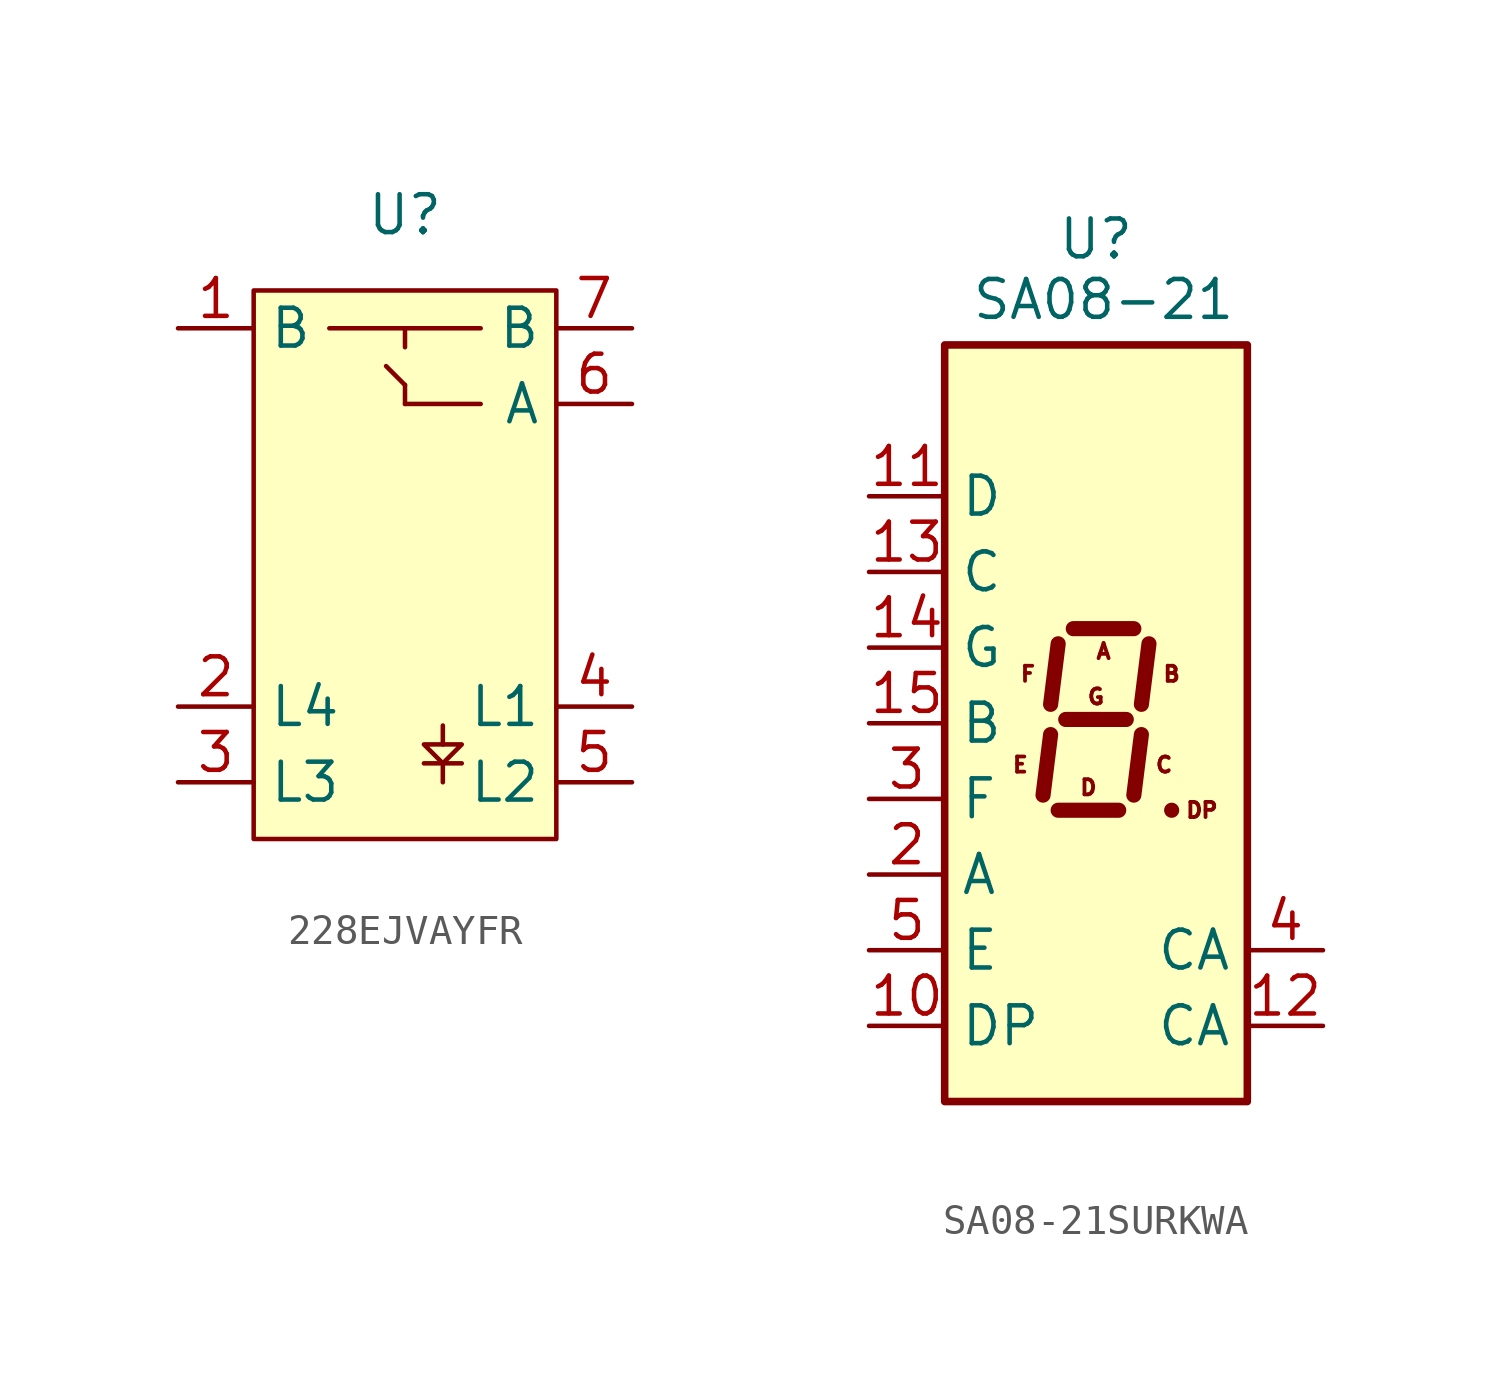
<source format=kicad_sym>
(kicad_symbol_lib
  (version 20241209)
  (generator "kicad_symbol_editor")
  (generator_version "9.0")
  (symbol "228EJVAYFR"
    (property "Reference" "U"
      (at 0 7.62 0)
      (effects (font (size 1.27 1.27))))
    (property "Value" ""
      (at 0 0 0)
      (effects (font (size 1.27 1.27))))
    (symbol "228EJVAYFR_1_1"
      (rectangle (start -5.08 5.08) (end 5.08 -13.335) (stroke (width 0) (type solid)) (fill (type background)))
      (polyline (pts (xy -2.54 3.81) (xy 2.54 3.81)) (stroke (width 0) (type default)) (fill (type none)))
      (polyline (pts (xy 0 3.81) (xy 0 3.175)) (stroke (width 0) (type default)) (fill (type none)))
      (polyline (pts (xy 0 1.905) (xy -0.635 2.54)) (stroke (width 0) (type default)) (fill (type none)))
      (polyline (pts (xy 0 1.27) (xy 0 1.905)) (stroke (width 0) (type default)) (fill (type none)))
      (polyline (pts (xy 1.27 -9.525) (xy 1.27 -10.16) (xy 1.905 -10.16) (xy 1.27 -10.795)) (stroke (width 0) (type default)) (fill (type none)))
      (polyline (pts (xy 1.27 -10.16) (xy 0.635 -10.16) (xy 1.27 -10.795)) (stroke (width 0) (type default)) (fill (type none)))
      (polyline (pts (xy 1.27 -10.795) (xy 1.27 -11.43)) (stroke (width 0) (type default)) (fill (type none)))
      (polyline (pts (xy 1.905 -10.795) (xy 0.635 -10.795)) (stroke (width 0) (type default)) (fill (type none)))
      (polyline (pts (xy 2.54 1.27) (xy 0 1.27)) (stroke (width 0) (type default)) (fill (type none)))
      (pin input line (at -7.62 3.81 0) (length 2.54) (name "B" (effects (font (size 1.27 1.27)))) (number "1" (effects (font (size 1.27 1.27)))))
      (pin input line (at -7.62 -8.89 0) (length 2.54) (name "L4" (effects (font (size 1.27 1.27)))) (number "2" (effects (font (size 1.27 1.27)))))
      (pin input line (at -7.62 -11.43 0) (length 2.54) (name "L3" (effects (font (size 1.27 1.27)))) (number "3" (effects (font (size 1.27 1.27)))))
      (pin input line (at 7.62 3.81 180) (length 2.54) (name "B" (effects (font (size 1.27 1.27)))) (number "7" (effects (font (size 1.27 1.27)))))
      (pin input line (at 7.62 1.27 180) (length 2.54) (name "A" (effects (font (size 1.27 1.27)))) (number "6" (effects (font (size 1.27 1.27)))))
      (pin input line (at 7.62 -8.89 180) (length 2.54) (name "L1" (effects (font (size 1.27 1.27)))) (number "4" (effects (font (size 1.27 1.27)))))
      (pin input line (at 7.62 -11.43 180) (length 2.54) (name "L2" (effects (font (size 1.27 1.27)))) (number "5" (effects (font (size 1.27 1.27)))))))
  (symbol "SA08-21SURKWA"
    (property "Reference" "U"
      (at 0 16.256 0)
      (effects (font (size 1.27 1.27))))
    (property "Value" "SA08-21"
      (at 0.254 14.224 0)
      (effects (font (size 1.27 1.27))))
    (symbol "SA08-21SURKWA_1_0"
      (text "E" (at -2.54 -1.397 0) (effects (font (size 0.508 0.508))))
      (text "F" (at -2.286 1.651 0) (effects (font (size 0.508 0.508))))
      (text "D" (at -0.254 -2.159 0) (effects (font (size 0.508 0.508))))
      (text "G" (at 0 0.889 0) (effects (font (size 0.508 0.508))))
      (text "A" (at 0.254 2.413 0) (effects (font (size 0.508 0.508))))
      (text "C" (at 2.286 -1.397 0) (effects (font (size 0.508 0.508))))
      (text "B" (at 2.54 1.651 0) (effects (font (size 0.508 0.508))))
      (text "DP" (at 3.556 -2.921 0) (effects (font (size 0.508 0.508)))))
    (symbol "SA08-21SURKWA_1_1"
      (rectangle (start -5.08 12.7) (end 5.08 -12.7) (stroke (width 0.254) (type default)) (fill (type background)))
      (polyline (pts (xy -1.524 -0.381) (xy -1.778 -2.413)) (stroke (width 0.508) (type default)) (fill (type none)))
      (polyline (pts (xy -1.27 2.667) (xy -1.524 0.635)) (stroke (width 0.508) (type default)) (fill (type none)))
      (polyline (pts (xy -1.27 -2.921) (xy 0.762 -2.921)) (stroke (width 0.508) (type default)) (fill (type none)))
      (polyline (pts (xy -1.016 0.127) (xy 1.016 0.127)) (stroke (width 0.508) (type default)) (fill (type none)))
      (polyline (pts (xy -0.762 3.175) (xy 1.27 3.175)) (stroke (width 0.508) (type default)) (fill (type none)))
      (polyline (pts (xy 1.524 -0.381) (xy 1.27 -2.413)) (stroke (width 0.508) (type default)) (fill (type none)))
      (polyline (pts (xy 1.778 2.667) (xy 1.524 0.635)) (stroke (width 0.508) (type default)) (fill (type none)))
      (polyline (pts (xy 2.54 -2.921) (xy 2.54 -2.921)) (stroke (width 0.508) (type default)) (fill (type none)))
      (pin input line (at -7.62 7.62 0) (length 2.54) (name "D" (effects (font (size 1.27 1.27)))) (number "11" (effects (font (size 1.27 1.27)))))
      (pin input line (at -7.62 5.08 0) (length 2.54) (name "C" (effects (font (size 1.27 1.27)))) (number "13" (effects (font (size 1.27 1.27)))))
      (pin input line (at -7.62 2.54 0) (length 2.54) (name "G" (effects (font (size 1.27 1.27)))) (number "14" (effects (font (size 1.27 1.27)))))
      (pin input line (at -7.62 0 0) (length 2.54) (name "B" (effects (font (size 1.27 1.27)))) (number "15" (effects (font (size 1.27 1.27)))))
      (pin input line (at -7.62 -2.54 0) (length 2.54) (name "F" (effects (font (size 1.27 1.27)))) (number "3" (effects (font (size 1.27 1.27)))))
      (pin input line (at -7.62 -5.08 0) (length 2.54) (name "A" (effects (font (size 1.27 1.27)))) (number "2" (effects (font (size 1.27 1.27)))))
      (pin input line (at -7.62 -7.62 0) (length 2.54) (name "E" (effects (font (size 1.27 1.27)))) (number "5" (effects (font (size 1.27 1.27)))))
      (pin input line (at -7.62 -10.16 0) (length 2.54) (name "DP" (effects (font (size 1.27 1.27)))) (number "10" (effects (font (size 1.27 1.27)))))
      (pin input line (at 7.62 -7.62 180) (length 2.54) (name "CA" (effects (font (size 1.27 1.27)))) (number "4" (effects (font (size 1.27 1.27)))))
      (pin input line (at 7.62 -10.16 180) (length 2.54) (name "CA" (effects (font (size 1.27 1.27)))) (number "12" (effects (font (size 1.27 1.27))))))))
</source>
